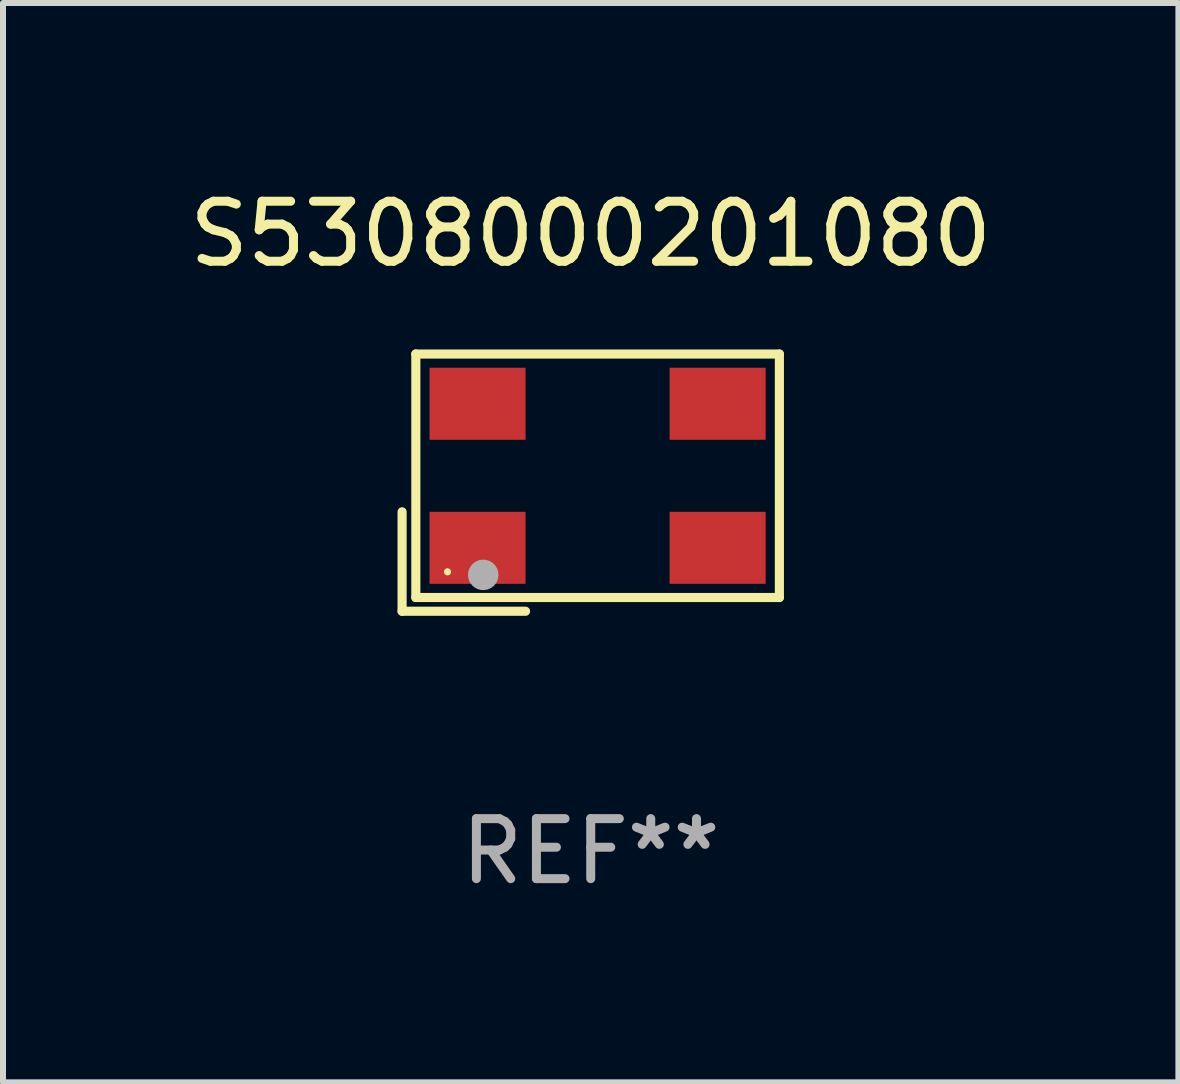
<source format=kicad_pcb>
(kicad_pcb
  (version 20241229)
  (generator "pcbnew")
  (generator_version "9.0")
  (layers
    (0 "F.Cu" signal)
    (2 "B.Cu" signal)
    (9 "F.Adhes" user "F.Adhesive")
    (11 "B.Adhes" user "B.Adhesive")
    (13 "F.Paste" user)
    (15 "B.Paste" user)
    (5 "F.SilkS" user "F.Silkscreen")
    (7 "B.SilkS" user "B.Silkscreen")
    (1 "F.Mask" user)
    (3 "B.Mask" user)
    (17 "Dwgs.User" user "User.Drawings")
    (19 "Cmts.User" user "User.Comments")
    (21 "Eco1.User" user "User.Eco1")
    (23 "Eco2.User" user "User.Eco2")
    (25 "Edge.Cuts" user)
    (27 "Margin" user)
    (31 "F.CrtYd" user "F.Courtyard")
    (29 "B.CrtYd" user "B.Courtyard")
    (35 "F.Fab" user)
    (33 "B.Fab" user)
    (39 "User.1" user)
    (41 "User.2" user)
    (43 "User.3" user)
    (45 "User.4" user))
  (footprint "S5308000201080"
    (layer "F.Cu")
    (at 6.792 4.991)
    (property "Reference" "S5308000201080" (at 0 -4.143 0) (layer "F.SilkS") (effects (font (size 1 1) (thickness 0.15))))
    (attr through_hole)
    (fp_line (start -3.143 0.486) (end -3.143 2.143) (stroke (width 0.152) (type solid)) (layer "F.SilkS"))
    (fp_line (start -3.143 2.143) (end -1.086 2.143) (stroke (width 0.152) (type solid)) (layer "F.SilkS"))
    (fp_line (start -2.914 -2.143) (end 3.143 -2.143) (stroke (width 0.152) (type solid)) (layer "F.SilkS"))
    (fp_line (start -2.914 1.914) (end -2.914 -2.143) (stroke (width 0.152) (type solid)) (layer "F.SilkS"))
    (fp_line (start 3.143 -2.143) (end 3.143 1.914) (stroke (width 0.152) (type solid)) (layer "F.SilkS"))
    (fp_line (start 3.143 1.914) (end -2.914 1.914) (stroke (width 0.152) (type solid)) (layer "F.SilkS"))
    (fp_circle (center -2.386 1.486) (end -2.356 1.486) (stroke (width 0.06) (type solid)) (fill no) (layer "F.SilkS"))
    (fp_circle (center -1.791 1.537) (end -1.664 1.537) (stroke (width 0.254) (type solid)) (fill no) (layer "F.Fab"))
    (fp_text user "REF**" (at 0 6.143 0) (layer "F.Fab") (effects (font (size 1 1) (thickness 0.15))))
    (pad "1" smd rect (at -1.886 1.086) (size 1.6 1.2) (layers "F.Cu" "F.Mask" "F.Paste"))
    (pad "2" smd rect (at 2.114 1.086) (size 1.6 1.2) (layers "F.Cu" "F.Mask" "F.Paste"))
    (pad "3" smd rect (at 2.114 -1.314) (size 1.6 1.2) (layers "F.Cu" "F.Mask" "F.Paste"))
    (pad "4" smd rect (at -1.886 -1.314) (size 1.6 1.2) (layers "F.Cu" "F.Mask" "F.Paste")))
  (gr_rect
    (start -3 -3)
    (end 16.583 14.982)
    (stroke (width 0.1) (type default))
    (fill no)
    (layer "Edge.Cuts")))
</source>
